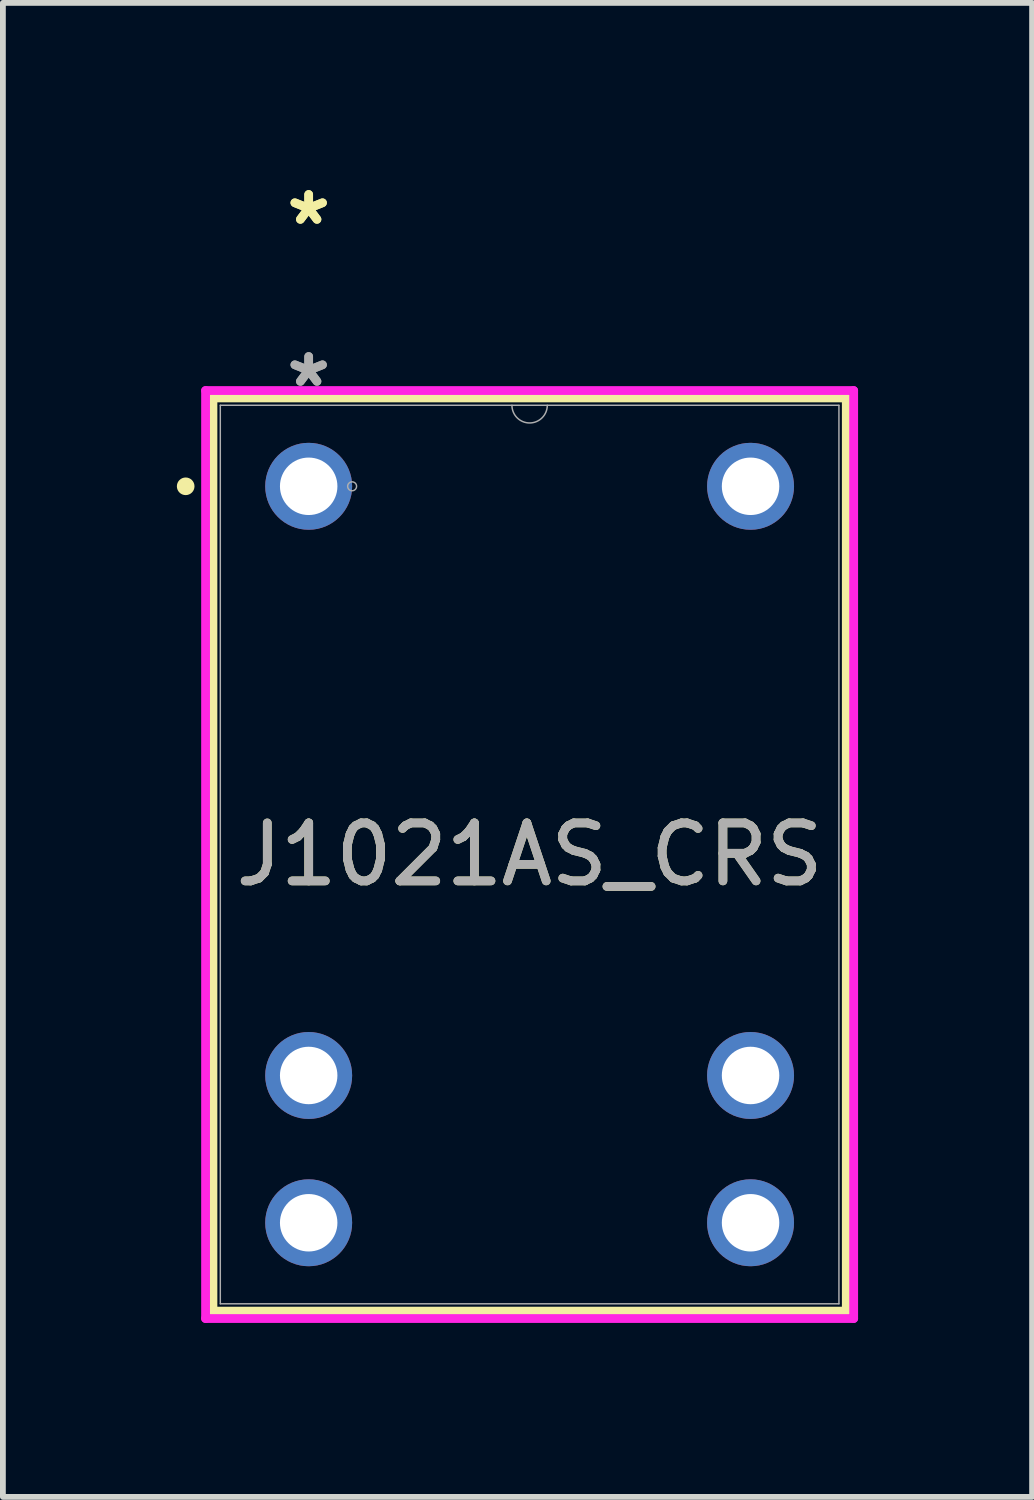
<source format=kicad_pcb>
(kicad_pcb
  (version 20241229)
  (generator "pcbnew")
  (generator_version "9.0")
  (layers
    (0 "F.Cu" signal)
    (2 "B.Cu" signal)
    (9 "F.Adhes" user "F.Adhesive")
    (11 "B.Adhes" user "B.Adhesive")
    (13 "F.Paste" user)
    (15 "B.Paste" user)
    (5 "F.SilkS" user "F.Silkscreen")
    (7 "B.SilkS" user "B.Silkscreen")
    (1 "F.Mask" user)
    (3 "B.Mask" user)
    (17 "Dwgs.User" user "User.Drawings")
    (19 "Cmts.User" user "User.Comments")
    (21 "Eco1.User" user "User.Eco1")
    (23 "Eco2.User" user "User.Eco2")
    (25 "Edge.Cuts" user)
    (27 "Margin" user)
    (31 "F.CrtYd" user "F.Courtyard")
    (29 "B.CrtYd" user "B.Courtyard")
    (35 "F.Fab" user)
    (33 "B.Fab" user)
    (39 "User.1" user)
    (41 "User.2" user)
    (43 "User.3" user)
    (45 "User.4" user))
  (footprint "J1021AS_CRS"
    (layer "F.Cu")
    (at 2.273 5.336)
    (property "Reference" "J1021AS_CRS" (at 3.81 6.35 0) (unlocked yes) (layer "F.SilkS") (effects (font (size 1 1) (thickness 0.15))))
    (attr through_hole)
    (fp_line (start -1.651 -1.524) (end -1.651 14.224) (stroke (width 0.152) (type solid)) (layer "F.SilkS"))
    (fp_line (start -1.651 14.224) (end 9.271 14.224) (stroke (width 0.152) (type solid)) (layer "F.SilkS"))
    (fp_line (start 9.271 -1.524) (end -1.651 -1.524) (stroke (width 0.152) (type solid)) (layer "F.SilkS"))
    (fp_line (start 9.271 14.224) (end 9.271 -1.524) (stroke (width 0.152) (type solid)) (layer "F.SilkS"))
    (fp_circle (center -2.121 0) (end -2.045 0) (stroke (width 0.152) (type solid)) (fill no) (layer "F.SilkS"))
    (fp_line (start -1.778 -1.651) (end 9.398 -1.651) (stroke (width 0.152) (type solid)) (layer "F.CrtYd"))
    (fp_line (start -1.778 14.351) (end -1.778 -1.651) (stroke (width 0.152) (type solid)) (layer "F.CrtYd"))
    (fp_line (start 9.398 -1.651) (end 9.398 14.351) (stroke (width 0.152) (type solid)) (layer "F.CrtYd"))
    (fp_line (start 9.398 14.351) (end -1.778 14.351) (stroke (width 0.152) (type solid)) (layer "F.CrtYd"))
    (fp_line (start -1.524 -1.397) (end -1.524 14.097) (stroke (width 0.025) (type solid)) (layer "F.Fab"))
    (fp_line (start -1.524 14.097) (end 9.144 14.097) (stroke (width 0.025) (type solid)) (layer "F.Fab"))
    (fp_line (start 9.144 -1.397) (end -1.524 -1.397) (stroke (width 0.025) (type solid)) (layer "F.Fab"))
    (fp_line (start 9.144 14.097) (end 9.144 -1.397) (stroke (width 0.025) (type solid)) (layer "F.Fab"))
    (fp_arc (start 4.1148 -1.397) (mid 3.81 -1.0922) (end 3.5052 -1.397) (stroke (width 0.0254) (type solid)) (layer "F.Fab"))
    (fp_circle (center 0.749 0) (end 0.826 0) (stroke (width 0.025) (type solid)) (fill no) (layer "F.Fab"))
    (fp_text user "*" (at 0 -4.487 0) (unlocked yes) (layer "F.SilkS") (effects (font (size 1 1) (thickness 0.15))))
    (fp_text user "*" (at 0 -4.487 0) (layer "F.SilkS") (effects (font (size 1 1) (thickness 0.15))))
    (fp_text user "*" (at 0 -1.693 0) (layer "F.Fab") (effects (font (size 1 1) (thickness 0.15))))
    (fp_text user "*" (at 0 -1.693 0) (unlocked yes) (layer "F.Fab") (effects (font (size 1 1) (thickness 0.15))))
    (fp_text user "${REFERENCE}" (at 3.81 6.35 0) (unlocked yes) (layer "F.Fab") (effects (font (size 1 1) (thickness 0.15))))
    (pad "1" thru_hole circle (at 0 0) (size 1.499 1.499) (drill 0.991) (layers "*.Cu" "*.Mask"))
    (pad "2" thru_hole circle (at 0 10.16) (size 1.499 1.499) (drill 0.991) (layers "*.Cu" "*.Mask"))
    (pad "3" thru_hole circle (at 0 12.7) (size 1.499 1.499) (drill 0.991) (layers "*.Cu" "*.Mask"))
    (pad "4" thru_hole circle (at 7.62 12.7) (size 1.499 1.499) (drill 0.991) (layers "*.Cu" "*.Mask"))
    (pad "5" thru_hole circle (at 7.62 10.16) (size 1.499 1.499) (drill 0.991) (layers "*.Cu" "*.Mask"))
    (pad "6" thru_hole circle (at 7.62 0) (size 1.499 1.499) (drill 0.991) (layers "*.Cu" "*.Mask")))
  (gr_rect
    (start -3 -3)
    (end 14.748 22.763)
    (stroke (width 0.1) (type default))
    (fill no)
    (layer "Edge.Cuts")))
</source>
